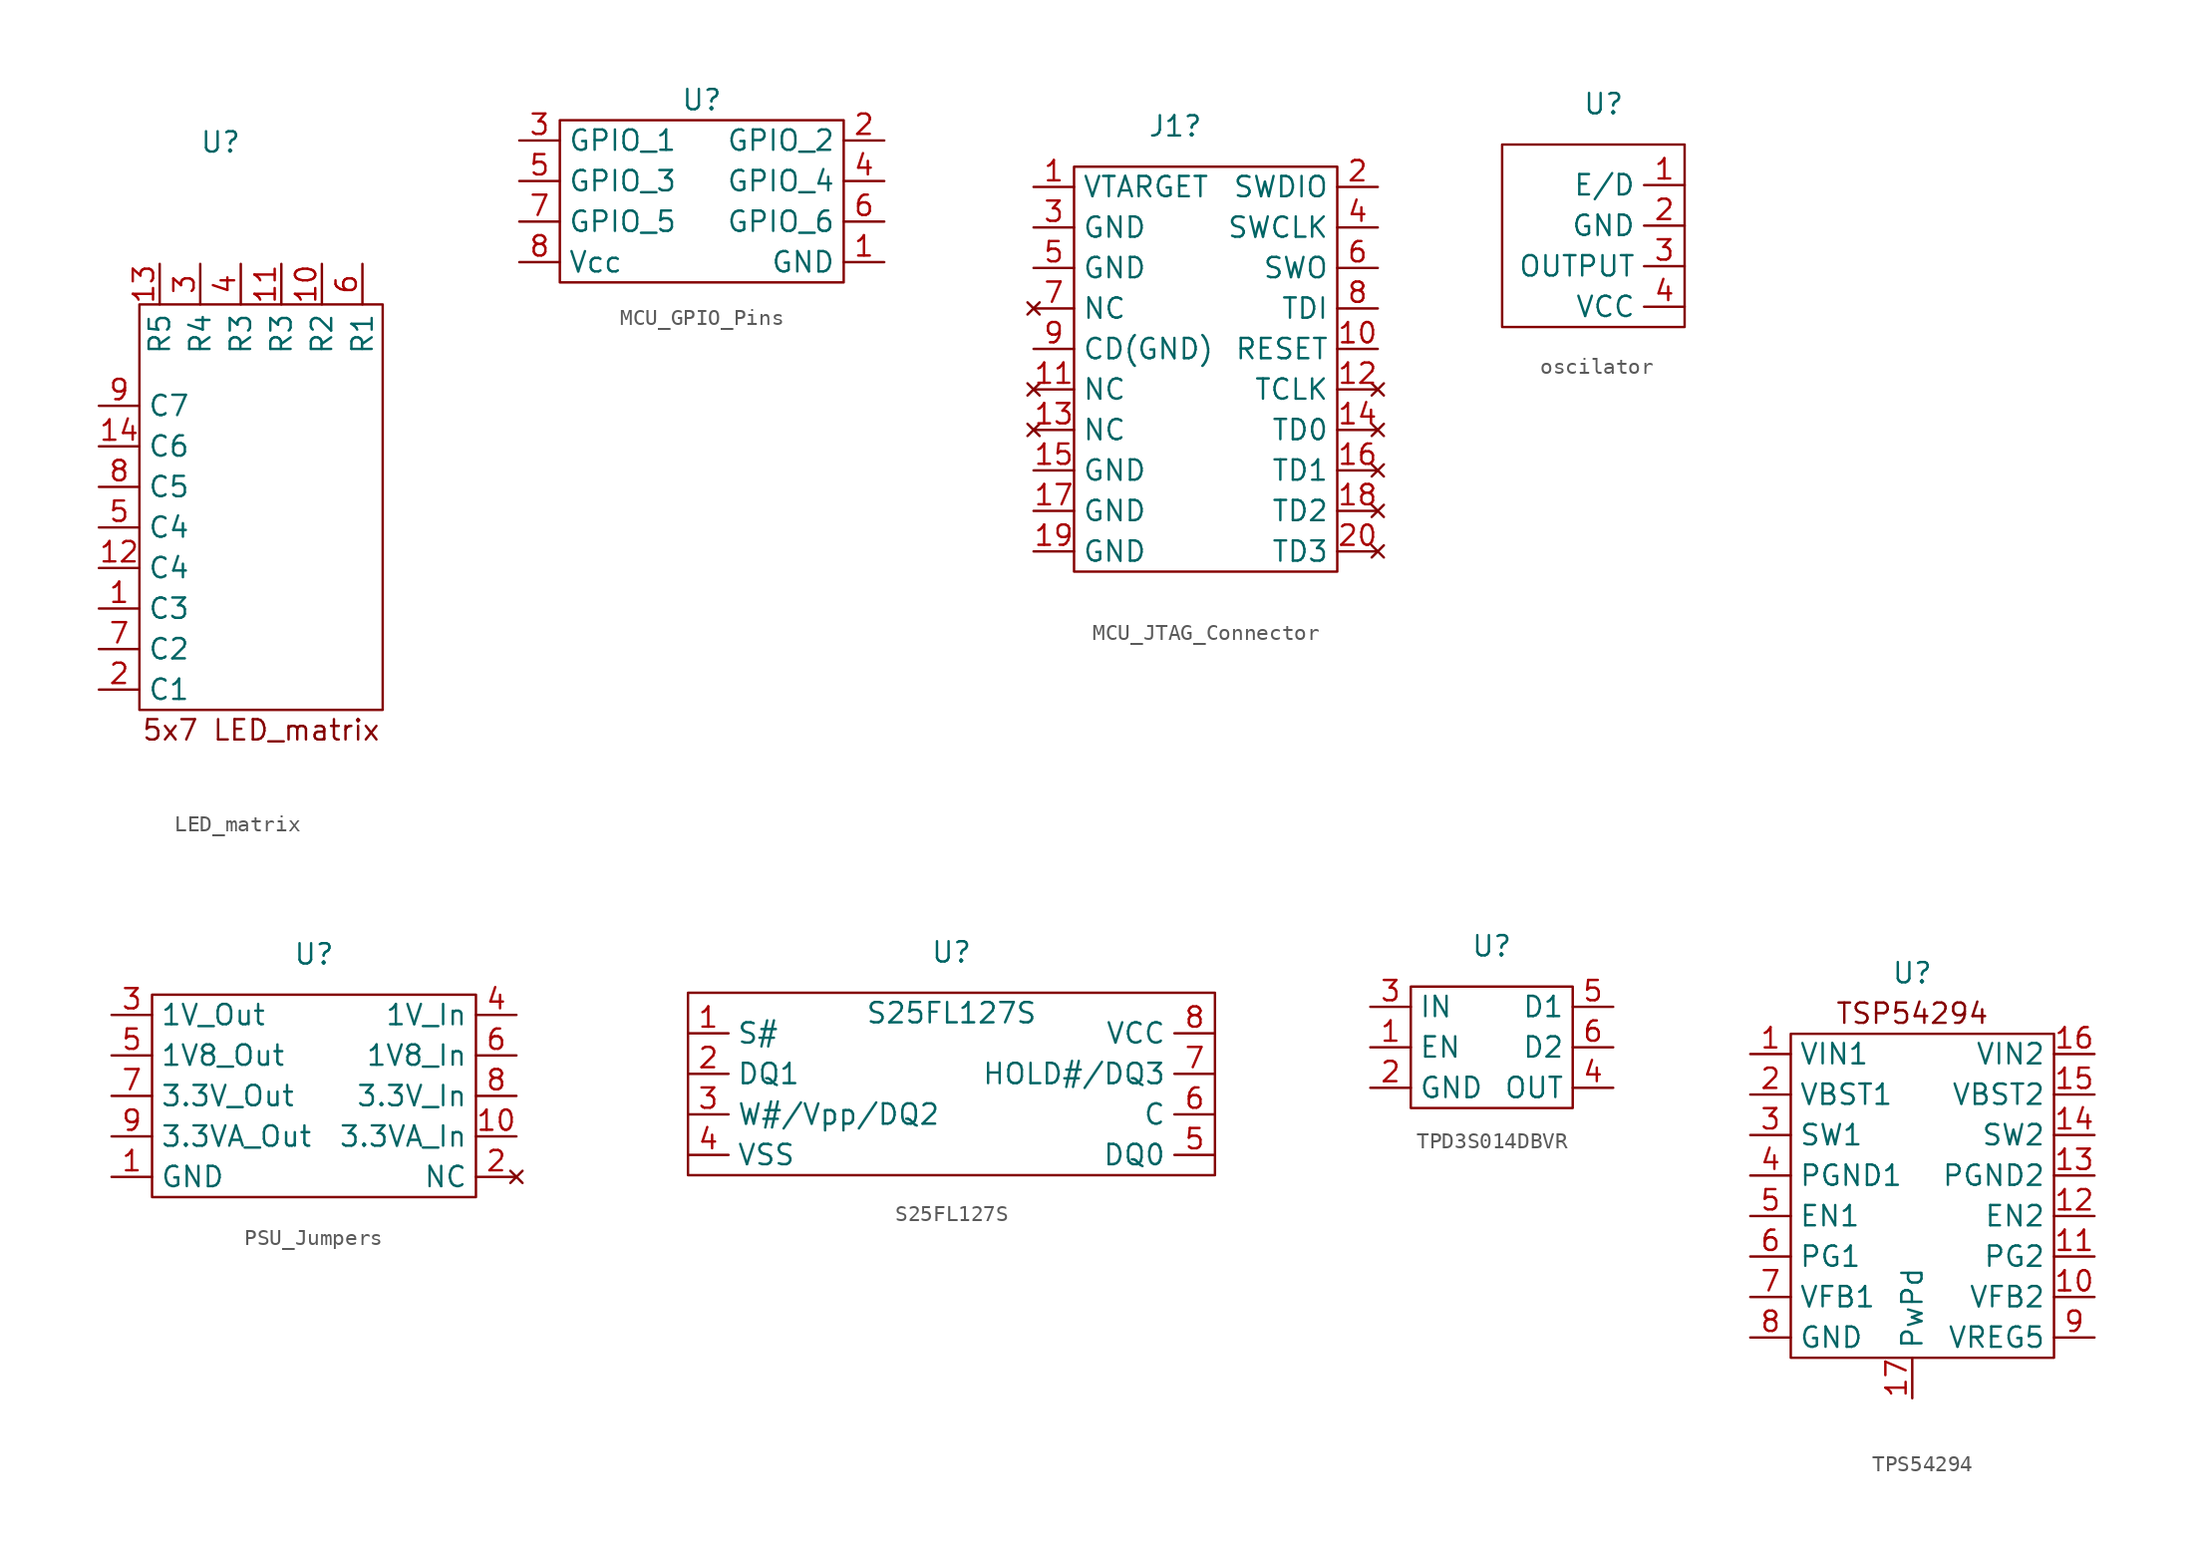
<source format=kicad_sym>
(kicad_symbol_lib
  (version 20220914)
  (generator kicad_symbol_editor)
  (symbol "LED_matrix"
    (property "Reference" "U"
      (at 0 12.7 0)
      (effects (font (size 1.27 1.27))))
    (property "Value" ""
      (at -1.27 10.16 0)
      (effects (font (size 1.27 1.27))))
    (symbol "LED_matrix_0_1"
      (rectangle (start -5.08 2.54) (end 10.16 -22.86) (stroke (width 0) (type default)) (fill (type none))))
    (symbol "LED_matrix_1_1"
      (text "5x7 LED_matrix" (at 2.54 -24.13 0) (effects (font (size 1.27 1.27))))
      (pin input line (at -7.62 -16.51 0) (length 2.54) (name "C3" (effects (font (size 1.27 1.27)))) (number "1" (effects (font (size 1.27 1.27)))))
      (pin input line (at 6.35 5.08 270) (length 2.54) (name "R2" (effects (font (size 1.27 1.27)))) (number "10" (effects (font (size 1.27 1.27)))))
      (pin input line (at 3.81 5.08 270) (length 2.54) (name "R3" (effects (font (size 1.27 1.27)))) (number "11" (effects (font (size 1.27 1.27)))))
      (pin input line (at -7.62 -13.97 0) (length 2.54) (name "C4" (effects (font (size 1.27 1.27)))) (number "12" (effects (font (size 1.27 1.27)))))
      (pin input line (at -3.81 5.08 270) (length 2.54) (name "R5" (effects (font (size 1.27 1.27)))) (number "13" (effects (font (size 1.27 1.27)))))
      (pin input line (at -7.62 -6.35 0) (length 2.54) (name "C6" (effects (font (size 1.27 1.27)))) (number "14" (effects (font (size 1.27 1.27)))))
      (pin input line (at -7.62 -21.59 0) (length 2.54) (name "C1" (effects (font (size 1.27 1.27)))) (number "2" (effects (font (size 1.27 1.27)))))
      (pin input line (at -1.27 5.08 270) (length 2.54) (name "R4" (effects (font (size 1.27 1.27)))) (number "3" (effects (font (size 1.27 1.27)))))
      (pin input line (at 1.27 5.08 270) (length 2.54) (name "R3" (effects (font (size 1.27 1.27)))) (number "4" (effects (font (size 1.27 1.27)))))
      (pin input line (at -7.62 -11.43 0) (length 2.54) (name "C4" (effects (font (size 1.27 1.27)))) (number "5" (effects (font (size 1.27 1.27)))))
      (pin input line (at 8.89 5.08 270) (length 2.54) (name "R1" (effects (font (size 1.27 1.27)))) (number "6" (effects (font (size 1.27 1.27)))))
      (pin input line (at -7.62 -19.05 0) (length 2.54) (name "C2" (effects (font (size 1.27 1.27)))) (number "7" (effects (font (size 1.27 1.27)))))
      (pin input line (at -7.62 -8.89 0) (length 2.54) (name "C5" (effects (font (size 1.27 1.27)))) (number "8" (effects (font (size 1.27 1.27)))))
      (pin input line (at -7.62 -3.81 0) (length 2.54) (name "C7" (effects (font (size 1.27 1.27)))) (number "9" (effects (font (size 1.27 1.27)))))))
  (symbol "MCU_GPIO_Pins"
    (property "Reference" "U"
      (at 0 6.35 0)
      (effects (font (size 1.27 1.27))))
    (property "Value" ""
      (at -3.81 0 0)
      (effects (font (size 1.27 1.27))))
    (symbol "MCU_GPIO_Pins_0_1"
      (rectangle (start -8.89 5.08) (end 8.89 -5.08) (stroke (width 0) (type default)) (fill (type none))))
    (symbol "MCU_GPIO_Pins_1_1"
      (pin power_in line (at 11.43 -3.81 180) (length 2.54) (name "GND" (effects (font (size 1.27 1.27)))) (number "1" (effects (font (size 1.27 1.27)))))
      (pin input line (at 11.43 3.81 180) (length 2.54) (name "GPIO_2" (effects (font (size 1.27 1.27)))) (number "2" (effects (font (size 1.27 1.27)))))
      (pin input line (at -11.43 3.81 0) (length 2.54) (name "GPIO_1" (effects (font (size 1.27 1.27)))) (number "3" (effects (font (size 1.27 1.27)))))
      (pin input line (at 11.43 1.27 180) (length 2.54) (name "GPIO_4" (effects (font (size 1.27 1.27)))) (number "4" (effects (font (size 1.27 1.27)))))
      (pin input line (at -11.43 1.27 0) (length 2.54) (name "GPIO_3" (effects (font (size 1.27 1.27)))) (number "5" (effects (font (size 1.27 1.27)))))
      (pin input line (at 11.43 -1.27 180) (length 2.54) (name "GPIO_6" (effects (font (size 1.27 1.27)))) (number "6" (effects (font (size 1.27 1.27)))))
      (pin input line (at -11.43 -1.27 0) (length 2.54) (name "GPIO_5" (effects (font (size 1.27 1.27)))) (number "7" (effects (font (size 1.27 1.27)))))
      (pin power_in line (at -11.43 -3.81 0) (length 2.54) (name "Vcc" (effects (font (size 1.27 1.27)))) (number "8" (effects (font (size 1.27 1.27)))))))
  (symbol "MCU_JTAG_Connector"
    (property "Reference" "J1"
      (at 1.27 12.7 0)
      (effects (font (size 1.27 1.27))))
    (property "Value" ""
      (at 1.27 12.7 0)
      (effects (font (size 1.27 1.27))))
    (symbol "MCU_JTAG_Connector_0_1"
      (rectangle (start -5.08 10.16) (end 11.43 -15.24) (stroke (width 0) (type default)) (fill (type none))))
    (symbol "MCU_JTAG_Connector_1_1"
      (pin power_in line (at -7.62 8.89 0) (length 2.54) (name "VTARGET" (effects (font (size 1.27 1.27)))) (number "1" (effects (font (size 1.27 1.27)))))
      (pin output line (at 13.97 -1.27 180) (length 2.54) (name "RESET" (effects (font (size 1.27 1.27)))) (number "10" (effects (font (size 1.27 1.27)))))
      (pin no_connect line (at -7.62 -3.81 0) (length 2.54) (name "NC" (effects (font (size 1.27 1.27)))) (number "11" (effects (font (size 1.27 1.27)))))
      (pin no_connect line (at 13.97 -3.81 180) (length 2.54) (name "TCLK" (effects (font (size 1.27 1.27)))) (number "12" (effects (font (size 1.27 1.27)))))
      (pin no_connect line (at -7.62 -6.35 0) (length 2.54) (name "NC" (effects (font (size 1.27 1.27)))) (number "13" (effects (font (size 1.27 1.27)))))
      (pin no_connect line (at 13.97 -6.35 180) (length 2.54) (name "TD0" (effects (font (size 1.27 1.27)))) (number "14" (effects (font (size 1.27 1.27)))))
      (pin power_in line (at -7.62 -8.89 0) (length 2.54) (name "GND" (effects (font (size 1.27 1.27)))) (number "15" (effects (font (size 1.27 1.27)))))
      (pin no_connect line (at 13.97 -8.89 180) (length 2.54) (name "TD1" (effects (font (size 1.27 1.27)))) (number "16" (effects (font (size 1.27 1.27)))))
      (pin power_in line (at -7.62 -11.43 0) (length 2.54) (name "GND" (effects (font (size 1.27 1.27)))) (number "17" (effects (font (size 1.27 1.27)))))
      (pin no_connect line (at 13.97 -11.43 180) (length 2.54) (name "TD2" (effects (font (size 1.27 1.27)))) (number "18" (effects (font (size 1.27 1.27)))))
      (pin power_in line (at -7.62 -13.97 0) (length 2.54) (name "GND" (effects (font (size 1.27 1.27)))) (number "19" (effects (font (size 1.27 1.27)))))
      (pin bidirectional line (at 13.97 8.89 180) (length 2.54) (name "SWDIO" (effects (font (size 1.27 1.27)))) (number "2" (effects (font (size 1.27 1.27)))))
      (pin no_connect line (at 13.97 -13.97 180) (length 2.54) (name "TD3" (effects (font (size 1.27 1.27)))) (number "20" (effects (font (size 1.27 1.27)))))
      (pin power_in line (at -7.62 6.35 0) (length 2.54) (name "GND" (effects (font (size 1.27 1.27)))) (number "3" (effects (font (size 1.27 1.27)))))
      (pin output line (at 13.97 6.35 180) (length 2.54) (name "SWCLK" (effects (font (size 1.27 1.27)))) (number "4" (effects (font (size 1.27 1.27)))))
      (pin power_in line (at -7.62 3.81 0) (length 2.54) (name "GND" (effects (font (size 1.27 1.27)))) (number "5" (effects (font (size 1.27 1.27)))))
      (pin input line (at 13.97 3.81 180) (length 2.54) (name "SWO" (effects (font (size 1.27 1.27)))) (number "6" (effects (font (size 1.27 1.27)))))
      (pin no_connect line (at -7.62 1.27 0) (length 2.54) (name "NC" (effects (font (size 1.27 1.27)))) (number "7" (effects (font (size 1.27 1.27)))))
      (pin bidirectional line (at 13.97 1.27 180) (length 2.54) (name "TDI" (effects (font (size 1.27 1.27)))) (number "8" (effects (font (size 1.27 1.27)))))
      (pin power_in line (at -7.62 -1.27 0) (length 2.54) (name "CD(GND)" (effects (font (size 1.27 1.27)))) (number "9" (effects (font (size 1.27 1.27)))))))
  (symbol "oscilator"
    (property "Reference" "U"
      (at 0 8.89 0)
      (effects (font (size 1.27 1.27))))
    (property "Value" ""
      (at 0 5.08 0)
      (effects (font (size 1.27 1.27))))
    (symbol "oscilator_0_1"
      (rectangle (start -6.35 6.35) (end 5.08 -5.08) (stroke (width 0) (type default)) (fill (type none))))
    (symbol "oscilator_1_1"
      (pin power_in line (at 5.08 3.81 180) (length 2.54) (name "E/D" (effects (font (size 1.27 1.27)))) (number "1" (effects (font (size 1.27 1.27)))))
      (pin power_in line (at 5.08 1.27 180) (length 2.54) (name "GND" (effects (font (size 1.27 1.27)))) (number "2" (effects (font (size 1.27 1.27)))))
      (pin output line (at 5.08 -1.27 180) (length 2.54) (name "OUTPUT" (effects (font (size 1.27 1.27)))) (number "3" (effects (font (size 1.27 1.27)))))
      (pin power_in line (at 5.08 -3.81 180) (length 2.54) (name "VCC" (effects (font (size 1.27 1.27)))) (number "4" (effects (font (size 1.27 1.27)))))))
  (symbol "PSU_Jumpers"
    (property "Reference" "U"
      (at 0 6.35 0)
      (effects (font (size 1.27 1.27))))
    (property "Value" ""
      (at -6.35 -1.27 0)
      (effects (font (size 1.27 1.27))))
    (symbol "PSU_Jumpers_0_1"
      (rectangle (start -10.16 3.81) (end 10.16 -8.89) (stroke (width 0) (type default)) (fill (type none))))
    (symbol "PSU_Jumpers_1_1"
      (pin power_in line (at -12.7 -7.62 0) (length 2.54) (name "GND" (effects (font (size 1.27 1.27)))) (number "1" (effects (font (size 1.27 1.27)))))
      (pin input line (at 12.7 -5.08 180) (length 2.54) (name "3.3VA_In" (effects (font (size 1.27 1.27)))) (number "10" (effects (font (size 1.27 1.27)))))
      (pin no_connect line (at 12.7 -7.62 180) (length 2.54) (name "NC" (effects (font (size 1.27 1.27)))) (number "2" (effects (font (size 1.27 1.27)))))
      (pin power_in line (at -12.7 2.54 0) (length 2.54) (name "1V_Out" (effects (font (size 1.27 1.27)))) (number "3" (effects (font (size 1.27 1.27)))))
      (pin input line (at 12.7 2.54 180) (length 2.54) (name "1V_In" (effects (font (size 1.27 1.27)))) (number "4" (effects (font (size 1.27 1.27)))))
      (pin power_in line (at -12.7 0 0) (length 2.54) (name "1V8_Out" (effects (font (size 1.27 1.27)))) (number "5" (effects (font (size 1.27 1.27)))))
      (pin input line (at 12.7 0 180) (length 2.54) (name "1V8_In" (effects (font (size 1.27 1.27)))) (number "6" (effects (font (size 1.27 1.27)))))
      (pin power_in line (at -12.7 -2.54 0) (length 2.54) (name "3.3V_Out" (effects (font (size 1.27 1.27)))) (number "7" (effects (font (size 1.27 1.27)))))
      (pin input line (at 12.7 -2.54 180) (length 2.54) (name "3.3V_In" (effects (font (size 1.27 1.27)))) (number "8" (effects (font (size 1.27 1.27)))))
      (pin power_in line (at -12.7 -5.08 0) (length 2.54) (name "3.3VA_Out" (effects (font (size 1.27 1.27)))) (number "9" (effects (font (size 1.27 1.27)))))))
  (symbol "S25FL127S"
    (property "Reference" "U"
      (at 0 6.35 0)
      (effects (font (size 1.27 1.27))))
    (property "Value" "S25FL127S"
      (at 0 2.54 0)
      (effects (font (size 1.27 1.27))))
    (symbol "S25FL127S_0_1"
      (rectangle (start -16.51 3.81) (end 16.51 -7.62) (stroke (width 0) (type default)) (fill (type none))))
    (symbol "S25FL127S_1_1"
      (pin input line (at -16.51 1.27 0) (length 2.54) (name "S#" (effects (font (size 1.27 1.27)))) (number "1" (effects (font (size 1.27 1.27)))))
      (pin output line (at -16.51 -1.27 0) (length 2.54) (name "DQ1" (effects (font (size 1.27 1.27)))) (number "2" (effects (font (size 1.27 1.27)))))
      (pin bidirectional line (at -16.51 -3.81 0) (length 2.54) (name "W#/Vpp/DQ2" (effects (font (size 1.27 1.27)))) (number "3" (effects (font (size 1.27 1.27)))))
      (pin power_in line (at -16.51 -6.35 0) (length 2.54) (name "VSS" (effects (font (size 1.27 1.27)))) (number "4" (effects (font (size 1.27 1.27)))))
      (pin input line (at 16.51 -6.35 180) (length 2.54) (name "DQ0" (effects (font (size 1.27 1.27)))) (number "5" (effects (font (size 1.27 1.27)))))
      (pin input line (at 16.51 -3.81 180) (length 2.54) (name "C" (effects (font (size 1.27 1.27)))) (number "6" (effects (font (size 1.27 1.27)))))
      (pin bidirectional line (at 16.51 -1.27 180) (length 2.54) (name "HOLD#/DQ3" (effects (font (size 1.27 1.27)))) (number "7" (effects (font (size 1.27 1.27)))))
      (pin power_in line (at 16.51 1.27 180) (length 2.54) (name "VCC" (effects (font (size 1.27 1.27)))) (number "8" (effects (font (size 1.27 1.27)))))))
  (symbol "TPD3S014DBVR"
    (property "Reference" "U"
      (at 0 5.08 0)
      (effects (font (size 1.27 1.27))))
    (property "Value" ""
      (at -1.27 0 0)
      (effects (font (size 1.27 1.27))))
    (symbol "TPD3S014DBVR_0_1"
      (rectangle (start -5.08 2.54) (end 5.08 -5.08) (stroke (width 0) (type default)) (fill (type none))))
    (symbol "TPD3S014DBVR_1_1"
      (pin input line (at -7.62 -1.27 0) (length 2.54) (name "EN" (effects (font (size 1.27 1.27)))) (number "1" (effects (font (size 1.27 1.27)))))
      (pin power_in line (at -7.62 -3.81 0) (length 2.54) (name "GND" (effects (font (size 1.27 1.27)))) (number "2" (effects (font (size 1.27 1.27)))))
      (pin power_in line (at -7.62 1.27 0) (length 2.54) (name "IN" (effects (font (size 1.27 1.27)))) (number "3" (effects (font (size 1.27 1.27)))))
      (pin power_out line (at 7.62 -3.81 180) (length 2.54) (name "OUT" (effects (font (size 1.27 1.27)))) (number "4" (effects (font (size 1.27 1.27)))))
      (pin power_out line (at 7.62 1.27 180) (length 2.54) (name "D1" (effects (font (size 1.27 1.27)))) (number "5" (effects (font (size 1.27 1.27)))))
      (pin input line (at 7.62 -1.27 180) (length 2.54) (name "D2" (effects (font (size 1.27 1.27)))) (number "6" (effects (font (size 1.27 1.27)))))))
  (symbol "TPS54294"
    (property "Reference" "U"
      (at 0 13.97 0)
      (effects (font (size 1.27 1.27))))
    (property "Value" ""
      (at 0 12.7 0)
      (effects (font (size 1.27 1.27))))
    (symbol "TPS54294_0_1"
      (rectangle (start -7.62 10.16) (end 8.89 -10.16) (stroke (width 0) (type default)) (fill (type none))))
    (symbol "TPS54294_1_1"
      (text "TSP54294" (at 0 11.43 0) (effects (font (size 1.27 1.27))))
      (pin power_in line (at -10.16 8.89 0) (length 2.54) (name "VIN1" (effects (font (size 1.27 1.27)))) (number "1" (effects (font (size 1.27 1.27)))))
      (pin input line (at 11.43 -6.35 180) (length 2.54) (name "VFB2" (effects (font (size 1.27 1.27)))) (number "10" (effects (font (size 1.27 1.27)))))
      (pin output line (at 11.43 -3.81 180) (length 2.54) (name "PG2" (effects (font (size 1.27 1.27)))) (number "11" (effects (font (size 1.27 1.27)))))
      (pin input line (at 11.43 -1.27 180) (length 2.54) (name "EN2" (effects (font (size 1.27 1.27)))) (number "12" (effects (font (size 1.27 1.27)))))
      (pin bidirectional line (at 11.43 1.27 180) (length 2.54) (name "PGND2" (effects (font (size 1.27 1.27)))) (number "13" (effects (font (size 1.27 1.27)))))
      (pin bidirectional line (at 11.43 3.81 180) (length 2.54) (name "SW2" (effects (font (size 1.27 1.27)))) (number "14" (effects (font (size 1.27 1.27)))))
      (pin input line (at 11.43 6.35 180) (length 2.54) (name "VBST2" (effects (font (size 1.27 1.27)))) (number "15" (effects (font (size 1.27 1.27)))))
      (pin power_in line (at 11.43 8.89 180) (length 2.54) (name "VIN2" (effects (font (size 1.27 1.27)))) (number "16" (effects (font (size 1.27 1.27)))))
      (pin passive line (at 0 -12.7 90) (length 2.54) (name "PwPd" (effects (font (size 1.27 1.27)))) (number "17" (effects (font (size 1.27 1.27)))))
      (pin input line (at -10.16 6.35 0) (length 2.54) (name "VBST1" (effects (font (size 1.27 1.27)))) (number "2" (effects (font (size 1.27 1.27)))))
      (pin bidirectional line (at -10.16 3.81 0) (length 2.54) (name "SW1" (effects (font (size 1.27 1.27)))) (number "3" (effects (font (size 1.27 1.27)))))
      (pin bidirectional line (at -10.16 1.27 0) (length 2.54) (name "PGND1" (effects (font (size 1.27 1.27)))) (number "4" (effects (font (size 1.27 1.27)))))
      (pin input line (at -10.16 -1.27 0) (length 2.54) (name "EN1" (effects (font (size 1.27 1.27)))) (number "5" (effects (font (size 1.27 1.27)))))
      (pin output line (at -10.16 -3.81 0) (length 2.54) (name "PG1" (effects (font (size 1.27 1.27)))) (number "6" (effects (font (size 1.27 1.27)))))
      (pin input line (at -10.16 -6.35 0) (length 2.54) (name "VFB1" (effects (font (size 1.27 1.27)))) (number "7" (effects (font (size 1.27 1.27)))))
      (pin power_in line (at -10.16 -8.89 0) (length 2.54) (name "GND" (effects (font (size 1.27 1.27)))) (number "8" (effects (font (size 1.27 1.27)))))
      (pin power_out line (at 11.43 -8.89 180) (length 2.54) (name "VREG5" (effects (font (size 1.27 1.27)))) (number "9" (effects (font (size 1.27 1.27))))))))
</source>
